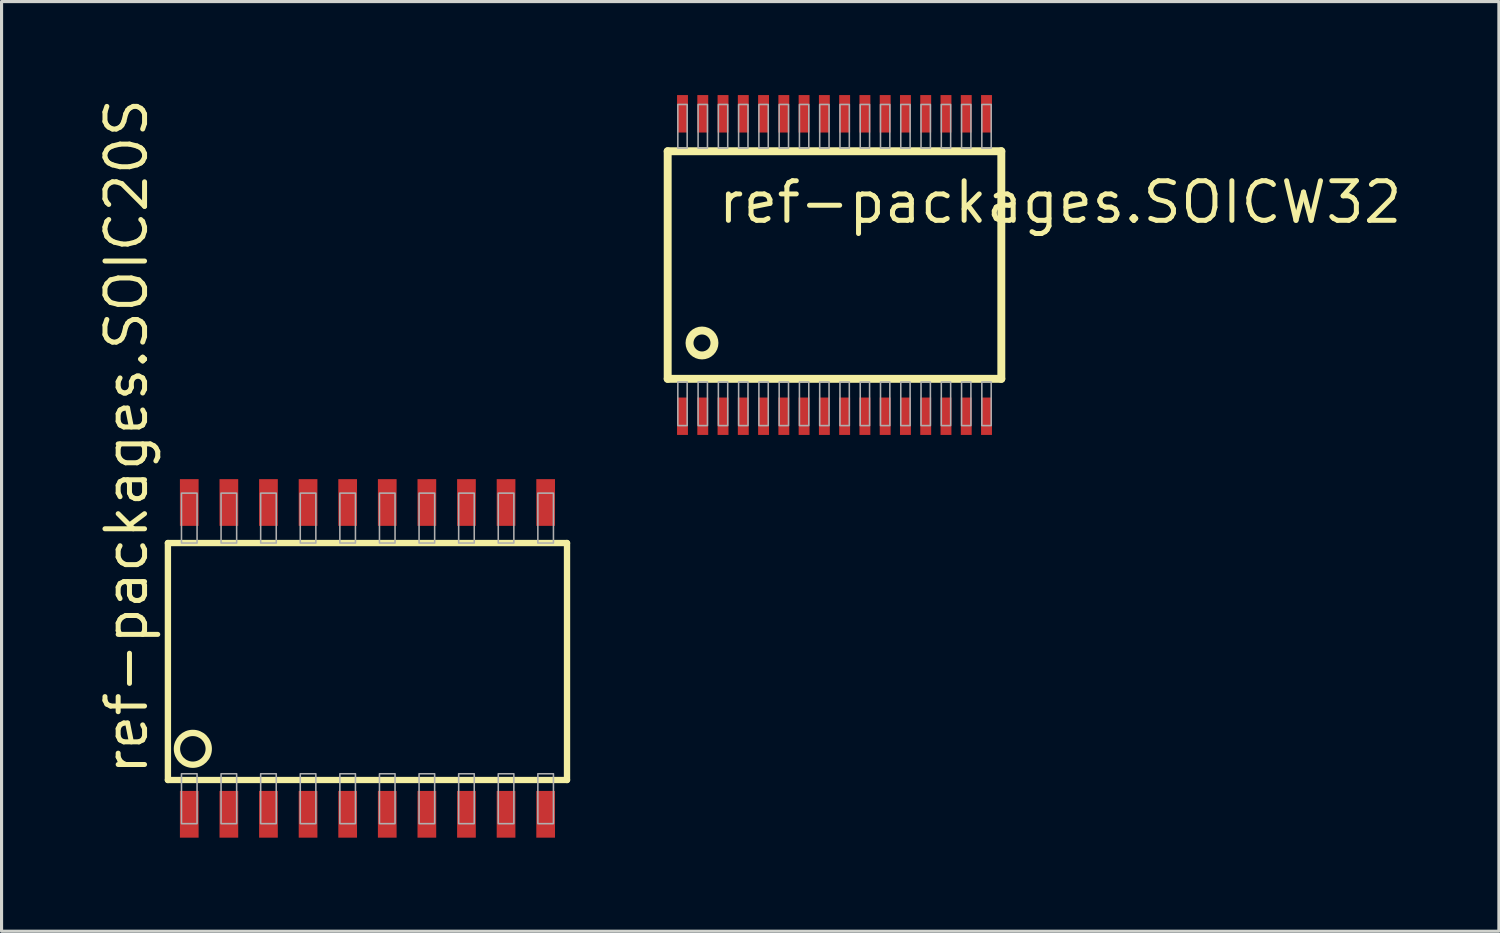
<source format=kicad_pcb>
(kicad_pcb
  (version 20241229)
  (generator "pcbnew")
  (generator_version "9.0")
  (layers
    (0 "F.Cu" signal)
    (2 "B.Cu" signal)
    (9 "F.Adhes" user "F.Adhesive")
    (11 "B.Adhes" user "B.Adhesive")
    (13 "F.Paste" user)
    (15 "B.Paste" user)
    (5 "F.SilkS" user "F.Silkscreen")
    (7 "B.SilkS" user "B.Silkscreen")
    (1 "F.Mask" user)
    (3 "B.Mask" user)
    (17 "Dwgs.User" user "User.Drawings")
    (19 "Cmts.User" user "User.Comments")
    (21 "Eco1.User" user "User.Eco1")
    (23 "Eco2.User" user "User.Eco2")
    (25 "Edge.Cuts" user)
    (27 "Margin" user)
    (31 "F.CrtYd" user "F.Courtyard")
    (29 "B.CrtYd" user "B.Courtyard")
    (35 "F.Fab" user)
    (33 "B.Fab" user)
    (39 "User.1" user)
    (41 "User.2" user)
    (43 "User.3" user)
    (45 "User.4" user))
  (footprint "ref-packages.SOIC20S"
    (layer "F.Cu")
    (at 8.735 18.066)
    (property "Reference" "ref-packages.SOIC20S" (at -6.985 3.81 90) (layer "F.SilkS") (effects (font (size 1.27 1.27) (thickness 0.16)) (justify left bottom)))
    (attr smd)
    (fp_line (start -6.4 -3.7) (end -6.4 3.9) (stroke (width 0.203) (type default)) (layer "F.SilkS"))
    (fp_line (start -6.4 3.9) (end 6.4 3.9) (stroke (width 0.203) (type default)) (layer "F.SilkS"))
    (fp_line (start 6.4 -3.7) (end -6.4 -3.7) (stroke (width 0.203) (type default)) (layer "F.SilkS"))
    (fp_line (start 6.4 3.9) (end 6.4 -3.7) (stroke (width 0.203) (type default)) (layer "F.SilkS"))
    (fp_circle (center -5.6 2.9) (end -5.09 2.9) (stroke (width 0.203) (type default)) (fill no) (layer "F.SilkS"))
    (fp_rect (start -5.965 -3.7) (end -5.465 -5.3) (stroke (width 0.05) (type default)) (fill no) (layer "F.Fab"))
    (fp_rect (start -5.965 5.3) (end -5.465 3.7) (stroke (width 0.05) (type default)) (fill no) (layer "F.Fab"))
    (fp_rect (start -4.695 -3.7) (end -4.195 -5.3) (stroke (width 0.05) (type default)) (fill no) (layer "F.Fab"))
    (fp_rect (start -4.695 5.3) (end -4.195 3.7) (stroke (width 0.05) (type default)) (fill no) (layer "F.Fab"))
    (fp_rect (start -3.425 -3.7) (end -2.925 -5.3) (stroke (width 0.05) (type default)) (fill no) (layer "F.Fab"))
    (fp_rect (start -3.425 5.3) (end -2.925 3.7) (stroke (width 0.05) (type default)) (fill no) (layer "F.Fab"))
    (fp_rect (start -2.155 -3.7) (end -1.655 -5.3) (stroke (width 0.05) (type default)) (fill no) (layer "F.Fab"))
    (fp_rect (start -2.155 5.3) (end -1.655 3.7) (stroke (width 0.05) (type default)) (fill no) (layer "F.Fab"))
    (fp_rect (start -0.885 -3.7) (end -0.385 -5.3) (stroke (width 0.05) (type default)) (fill no) (layer "F.Fab"))
    (fp_rect (start -0.885 5.3) (end -0.385 3.7) (stroke (width 0.05) (type default)) (fill no) (layer "F.Fab"))
    (fp_rect (start 0.385 -3.7) (end 0.885 -5.3) (stroke (width 0.05) (type default)) (fill no) (layer "F.Fab"))
    (fp_rect (start 0.385 5.3) (end 0.885 3.7) (stroke (width 0.05) (type default)) (fill no) (layer "F.Fab"))
    (fp_rect (start 1.655 -3.7) (end 2.155 -5.3) (stroke (width 0.05) (type default)) (fill no) (layer "F.Fab"))
    (fp_rect (start 1.655 5.3) (end 2.155 3.7) (stroke (width 0.05) (type default)) (fill no) (layer "F.Fab"))
    (fp_rect (start 2.925 -3.7) (end 3.425 -5.3) (stroke (width 0.05) (type default)) (fill no) (layer "F.Fab"))
    (fp_rect (start 2.925 5.3) (end 3.425 3.7) (stroke (width 0.05) (type default)) (fill no) (layer "F.Fab"))
    (fp_rect (start 4.195 -3.7) (end 4.695 -5.3) (stroke (width 0.05) (type default)) (fill no) (layer "F.Fab"))
    (fp_rect (start 4.195 5.3) (end 4.695 3.7) (stroke (width 0.05) (type default)) (fill no) (layer "F.Fab"))
    (fp_rect (start 5.465 -3.7) (end 5.965 -5.3) (stroke (width 0.05) (type default)) (fill no) (layer "F.Fab"))
    (fp_rect (start 5.465 5.3) (end 5.965 3.7) (stroke (width 0.05) (type default)) (fill no) (layer "F.Fab"))
    (pad "1" smd roundrect (at -5.715 5) (size 0.6 1.5) (layers "F.Cu" "F.Mask" "F.Paste") (roundrect_rratio 0.01))
    (pad "2" smd roundrect (at -4.445 5) (size 0.6 1.5) (layers "F.Cu" "F.Mask" "F.Paste") (roundrect_rratio 0.01))
    (pad "3" smd roundrect (at -3.175 5) (size 0.6 1.5) (layers "F.Cu" "F.Mask" "F.Paste") (roundrect_rratio 0.01))
    (pad "4" smd roundrect (at -1.905 5) (size 0.6 1.5) (layers "F.Cu" "F.Mask" "F.Paste") (roundrect_rratio 0.01))
    (pad "5" smd roundrect (at -0.635 5) (size 0.6 1.5) (layers "F.Cu" "F.Mask" "F.Paste") (roundrect_rratio 0.01))
    (pad "6" smd roundrect (at 0.635 5) (size 0.6 1.5) (layers "F.Cu" "F.Mask" "F.Paste") (roundrect_rratio 0.01))
    (pad "7" smd roundrect (at 1.905 5) (size 0.6 1.5) (layers "F.Cu" "F.Mask" "F.Paste") (roundrect_rratio 0.01))
    (pad "8" smd roundrect (at 3.175 5) (size 0.6 1.5) (layers "F.Cu" "F.Mask" "F.Paste") (roundrect_rratio 0.01))
    (pad "9" smd roundrect (at 4.445 5) (size 0.6 1.5) (layers "F.Cu" "F.Mask" "F.Paste") (roundrect_rratio 0.01))
    (pad "10" smd roundrect (at 5.715 5) (size 0.6 1.5) (layers "F.Cu" "F.Mask" "F.Paste") (roundrect_rratio 0.01))
    (pad "11" smd roundrect (at 5.715 -5) (size 0.6 1.5) (layers "F.Cu" "F.Mask" "F.Paste") (roundrect_rratio 0.01))
    (pad "12" smd roundrect (at 4.445 -5) (size 0.6 1.5) (layers "F.Cu" "F.Mask" "F.Paste") (roundrect_rratio 0.01))
    (pad "13" smd roundrect (at 3.175 -5) (size 0.6 1.5) (layers "F.Cu" "F.Mask" "F.Paste") (roundrect_rratio 0.01))
    (pad "14" smd roundrect (at 1.905 -5) (size 0.6 1.5) (layers "F.Cu" "F.Mask" "F.Paste") (roundrect_rratio 0.01))
    (pad "15" smd roundrect (at 0.635 -5) (size 0.6 1.5) (layers "F.Cu" "F.Mask" "F.Paste") (roundrect_rratio 0.01))
    (pad "16" smd roundrect (at -0.635 -5) (size 0.6 1.5) (layers "F.Cu" "F.Mask" "F.Paste") (roundrect_rratio 0.01))
    (pad "17" smd roundrect (at -1.905 -5) (size 0.6 1.5) (layers "F.Cu" "F.Mask" "F.Paste") (roundrect_rratio 0.01))
    (pad "18" smd roundrect (at -3.175 -5) (size 0.6 1.5) (layers "F.Cu" "F.Mask" "F.Paste") (roundrect_rratio 0.01))
    (pad "19" smd roundrect (at -4.445 -5) (size 0.6 1.5) (layers "F.Cu" "F.Mask" "F.Paste") (roundrect_rratio 0.01))
    (pad "20" smd roundrect (at -5.715 -5) (size 0.6 1.5) (layers "F.Cu" "F.Mask" "F.Paste") (roundrect_rratio 0.01)))
  (footprint "ref-packages.SOICW32"
    (layer "F.Cu")
    (at 23.714 5.45)
    (property "Reference" "ref-packages.SOICW32" (at -3.81 -1.27 0) (layer "F.SilkS") (effects (font (size 1.27 1.27) (thickness 0.16)) (justify left bottom)))
    (attr smd)
    (fp_line (start -5.35 -3.65) (end 5.35 -3.65) (stroke (width 0.254) (type default)) (layer "F.SilkS"))
    (fp_line (start -5.35 3.65) (end -5.35 -3.65) (stroke (width 0.254) (type default)) (layer "F.SilkS"))
    (fp_line (start 5.35 -3.65) (end 5.35 3.65) (stroke (width 0.254) (type default)) (layer "F.SilkS"))
    (fp_line (start 5.35 3.65) (end -5.35 3.65) (stroke (width 0.254) (type default)) (layer "F.SilkS"))
    (fp_circle (center -4.25 2.5) (end -3.85 2.5) (stroke (width 0.254) (type default)) (fill no) (layer "F.SilkS"))
    (fp_rect (start -5.025 -3.75) (end -4.725 -5.15) (stroke (width 0.05) (type default)) (fill no) (layer "F.Fab"))
    (fp_rect (start -5.025 5.15) (end -4.725 3.75) (stroke (width 0.05) (type default)) (fill no) (layer "F.Fab"))
    (fp_rect (start -4.375 -3.75) (end -4.075 -5.15) (stroke (width 0.05) (type default)) (fill no) (layer "F.Fab"))
    (fp_rect (start -4.375 5.15) (end -4.075 3.75) (stroke (width 0.05) (type default)) (fill no) (layer "F.Fab"))
    (fp_rect (start -3.725 -3.75) (end -3.425 -5.15) (stroke (width 0.05) (type default)) (fill no) (layer "F.Fab"))
    (fp_rect (start -3.725 5.15) (end -3.425 3.75) (stroke (width 0.05) (type default)) (fill no) (layer "F.Fab"))
    (fp_rect (start -3.075 -3.75) (end -2.775 -5.15) (stroke (width 0.05) (type default)) (fill no) (layer "F.Fab"))
    (fp_rect (start -3.075 5.15) (end -2.775 3.75) (stroke (width 0.05) (type default)) (fill no) (layer "F.Fab"))
    (fp_rect (start -2.425 -3.75) (end -2.125 -5.15) (stroke (width 0.05) (type default)) (fill no) (layer "F.Fab"))
    (fp_rect (start -2.425 5.15) (end -2.125 3.75) (stroke (width 0.05) (type default)) (fill no) (layer "F.Fab"))
    (fp_rect (start -1.775 -3.75) (end -1.475 -5.15) (stroke (width 0.05) (type default)) (fill no) (layer "F.Fab"))
    (fp_rect (start -1.775 5.15) (end -1.475 3.75) (stroke (width 0.05) (type default)) (fill no) (layer "F.Fab"))
    (fp_rect (start -1.125 -3.75) (end -0.825 -5.15) (stroke (width 0.05) (type default)) (fill no) (layer "F.Fab"))
    (fp_rect (start -1.125 5.15) (end -0.825 3.75) (stroke (width 0.05) (type default)) (fill no) (layer "F.Fab"))
    (fp_rect (start -0.475 -3.75) (end -0.175 -5.15) (stroke (width 0.05) (type default)) (fill no) (layer "F.Fab"))
    (fp_rect (start -0.475 5.15) (end -0.175 3.75) (stroke (width 0.05) (type default)) (fill no) (layer "F.Fab"))
    (fp_rect (start 0.175 -3.75) (end 0.475 -5.15) (stroke (width 0.05) (type default)) (fill no) (layer "F.Fab"))
    (fp_rect (start 0.175 5.15) (end 0.475 3.75) (stroke (width 0.05) (type default)) (fill no) (layer "F.Fab"))
    (fp_rect (start 0.825 -3.75) (end 1.125 -5.15) (stroke (width 0.05) (type default)) (fill no) (layer "F.Fab"))
    (fp_rect (start 0.825 5.15) (end 1.125 3.75) (stroke (width 0.05) (type default)) (fill no) (layer "F.Fab"))
    (fp_rect (start 1.475 -3.75) (end 1.775 -5.15) (stroke (width 0.05) (type default)) (fill no) (layer "F.Fab"))
    (fp_rect (start 1.475 5.15) (end 1.775 3.75) (stroke (width 0.05) (type default)) (fill no) (layer "F.Fab"))
    (fp_rect (start 2.125 -3.75) (end 2.425 -5.15) (stroke (width 0.05) (type default)) (fill no) (layer "F.Fab"))
    (fp_rect (start 2.125 5.15) (end 2.425 3.75) (stroke (width 0.05) (type default)) (fill no) (layer "F.Fab"))
    (fp_rect (start 2.775 -3.75) (end 3.075 -5.15) (stroke (width 0.05) (type default)) (fill no) (layer "F.Fab"))
    (fp_rect (start 2.775 5.15) (end 3.075 3.75) (stroke (width 0.05) (type default)) (fill no) (layer "F.Fab"))
    (fp_rect (start 3.425 -3.75) (end 3.725 -5.15) (stroke (width 0.05) (type default)) (fill no) (layer "F.Fab"))
    (fp_rect (start 3.425 5.15) (end 3.725 3.75) (stroke (width 0.05) (type default)) (fill no) (layer "F.Fab"))
    (fp_rect (start 4.075 -3.75) (end 4.375 -5.15) (stroke (width 0.05) (type default)) (fill no) (layer "F.Fab"))
    (fp_rect (start 4.075 5.15) (end 4.375 3.75) (stroke (width 0.05) (type default)) (fill no) (layer "F.Fab"))
    (fp_rect (start 4.725 -3.75) (end 5.025 -5.15) (stroke (width 0.05) (type default)) (fill no) (layer "F.Fab"))
    (fp_rect (start 4.725 5.15) (end 5.025 3.75) (stroke (width 0.05) (type default)) (fill no) (layer "F.Fab"))
    (pad "1" smd roundrect (at -4.875 4.85) (size 0.35 1.2) (layers "F.Cu" "F.Mask" "F.Paste") (roundrect_rratio 0.01))
    (pad "2" smd roundrect (at -4.225 4.85) (size 0.35 1.2) (layers "F.Cu" "F.Mask" "F.Paste") (roundrect_rratio 0.01))
    (pad "3" smd roundrect (at -3.575 4.85) (size 0.35 1.2) (layers "F.Cu" "F.Mask" "F.Paste") (roundrect_rratio 0.01))
    (pad "4" smd roundrect (at -2.925 4.85) (size 0.35 1.2) (layers "F.Cu" "F.Mask" "F.Paste") (roundrect_rratio 0.01))
    (pad "5" smd roundrect (at -2.275 4.85) (size 0.35 1.2) (layers "F.Cu" "F.Mask" "F.Paste") (roundrect_rratio 0.01))
    (pad "6" smd roundrect (at -1.625 4.85) (size 0.35 1.2) (layers "F.Cu" "F.Mask" "F.Paste") (roundrect_rratio 0.01))
    (pad "7" smd roundrect (at -0.975 4.85) (size 0.35 1.2) (layers "F.Cu" "F.Mask" "F.Paste") (roundrect_rratio 0.01))
    (pad "8" smd roundrect (at -0.325 4.85) (size 0.35 1.2) (layers "F.Cu" "F.Mask" "F.Paste") (roundrect_rratio 0.01))
    (pad "9" smd roundrect (at 0.325 4.85) (size 0.35 1.2) (layers "F.Cu" "F.Mask" "F.Paste") (roundrect_rratio 0.01))
    (pad "10" smd roundrect (at 0.975 4.85) (size 0.35 1.2) (layers "F.Cu" "F.Mask" "F.Paste") (roundrect_rratio 0.01))
    (pad "11" smd roundrect (at 1.625 4.85) (size 0.35 1.2) (layers "F.Cu" "F.Mask" "F.Paste") (roundrect_rratio 0.01))
    (pad "12" smd roundrect (at 2.275 4.85) (size 0.35 1.2) (layers "F.Cu" "F.Mask" "F.Paste") (roundrect_rratio 0.01))
    (pad "13" smd roundrect (at 2.925 4.85) (size 0.35 1.2) (layers "F.Cu" "F.Mask" "F.Paste") (roundrect_rratio 0.01))
    (pad "14" smd roundrect (at 3.575 4.85) (size 0.35 1.2) (layers "F.Cu" "F.Mask" "F.Paste") (roundrect_rratio 0.01))
    (pad "15" smd roundrect (at 4.225 4.85) (size 0.35 1.2) (layers "F.Cu" "F.Mask" "F.Paste") (roundrect_rratio 0.01))
    (pad "16" smd roundrect (at 4.875 4.85) (size 0.35 1.2) (layers "F.Cu" "F.Mask" "F.Paste") (roundrect_rratio 0.01))
    (pad "17" smd roundrect (at 4.875 -4.85) (size 0.35 1.2) (layers "F.Cu" "F.Mask" "F.Paste") (roundrect_rratio 0.01))
    (pad "18" smd roundrect (at 4.225 -4.85) (size 0.35 1.2) (layers "F.Cu" "F.Mask" "F.Paste") (roundrect_rratio 0.01))
    (pad "19" smd roundrect (at 3.575 -4.85) (size 0.35 1.2) (layers "F.Cu" "F.Mask" "F.Paste") (roundrect_rratio 0.01))
    (pad "20" smd roundrect (at 2.925 -4.85) (size 0.35 1.2) (layers "F.Cu" "F.Mask" "F.Paste") (roundrect_rratio 0.01))
    (pad "21" smd roundrect (at 2.275 -4.85) (size 0.35 1.2) (layers "F.Cu" "F.Mask" "F.Paste") (roundrect_rratio 0.01))
    (pad "22" smd roundrect (at 1.625 -4.85) (size 0.35 1.2) (layers "F.Cu" "F.Mask" "F.Paste") (roundrect_rratio 0.01))
    (pad "23" smd roundrect (at 0.975 -4.85) (size 0.35 1.2) (layers "F.Cu" "F.Mask" "F.Paste") (roundrect_rratio 0.01))
    (pad "24" smd roundrect (at 0.325 -4.85) (size 0.35 1.2) (layers "F.Cu" "F.Mask" "F.Paste") (roundrect_rratio 0.01))
    (pad "25" smd roundrect (at -0.325 -4.85) (size 0.35 1.2) (layers "F.Cu" "F.Mask" "F.Paste") (roundrect_rratio 0.01))
    (pad "26" smd roundrect (at -0.975 -4.85) (size 0.35 1.2) (layers "F.Cu" "F.Mask" "F.Paste") (roundrect_rratio 0.01))
    (pad "27" smd roundrect (at -1.625 -4.85) (size 0.35 1.2) (layers "F.Cu" "F.Mask" "F.Paste") (roundrect_rratio 0.01))
    (pad "28" smd roundrect (at -2.275 -4.85) (size 0.35 1.2) (layers "F.Cu" "F.Mask" "F.Paste") (roundrect_rratio 0.01))
    (pad "29" smd roundrect (at -2.925 -4.85) (size 0.35 1.2) (layers "F.Cu" "F.Mask" "F.Paste") (roundrect_rratio 0.01))
    (pad "30" smd roundrect (at -3.575 -4.85) (size 0.35 1.2) (layers "F.Cu" "F.Mask" "F.Paste") (roundrect_rratio 0.01))
    (pad "31" smd roundrect (at -4.225 -4.85) (size 0.35 1.2) (layers "F.Cu" "F.Mask" "F.Paste") (roundrect_rratio 0.01))
    (pad "32" smd roundrect (at -4.875 -4.85) (size 0.35 1.2) (layers "F.Cu" "F.Mask" "F.Paste") (roundrect_rratio 0.01)))
  (gr_rect
    (start -3 -3)
    (end 45.022 26.816)
    (stroke (width 0.1) (type default))
    (fill no)
    (layer "Edge.Cuts")))
</source>
